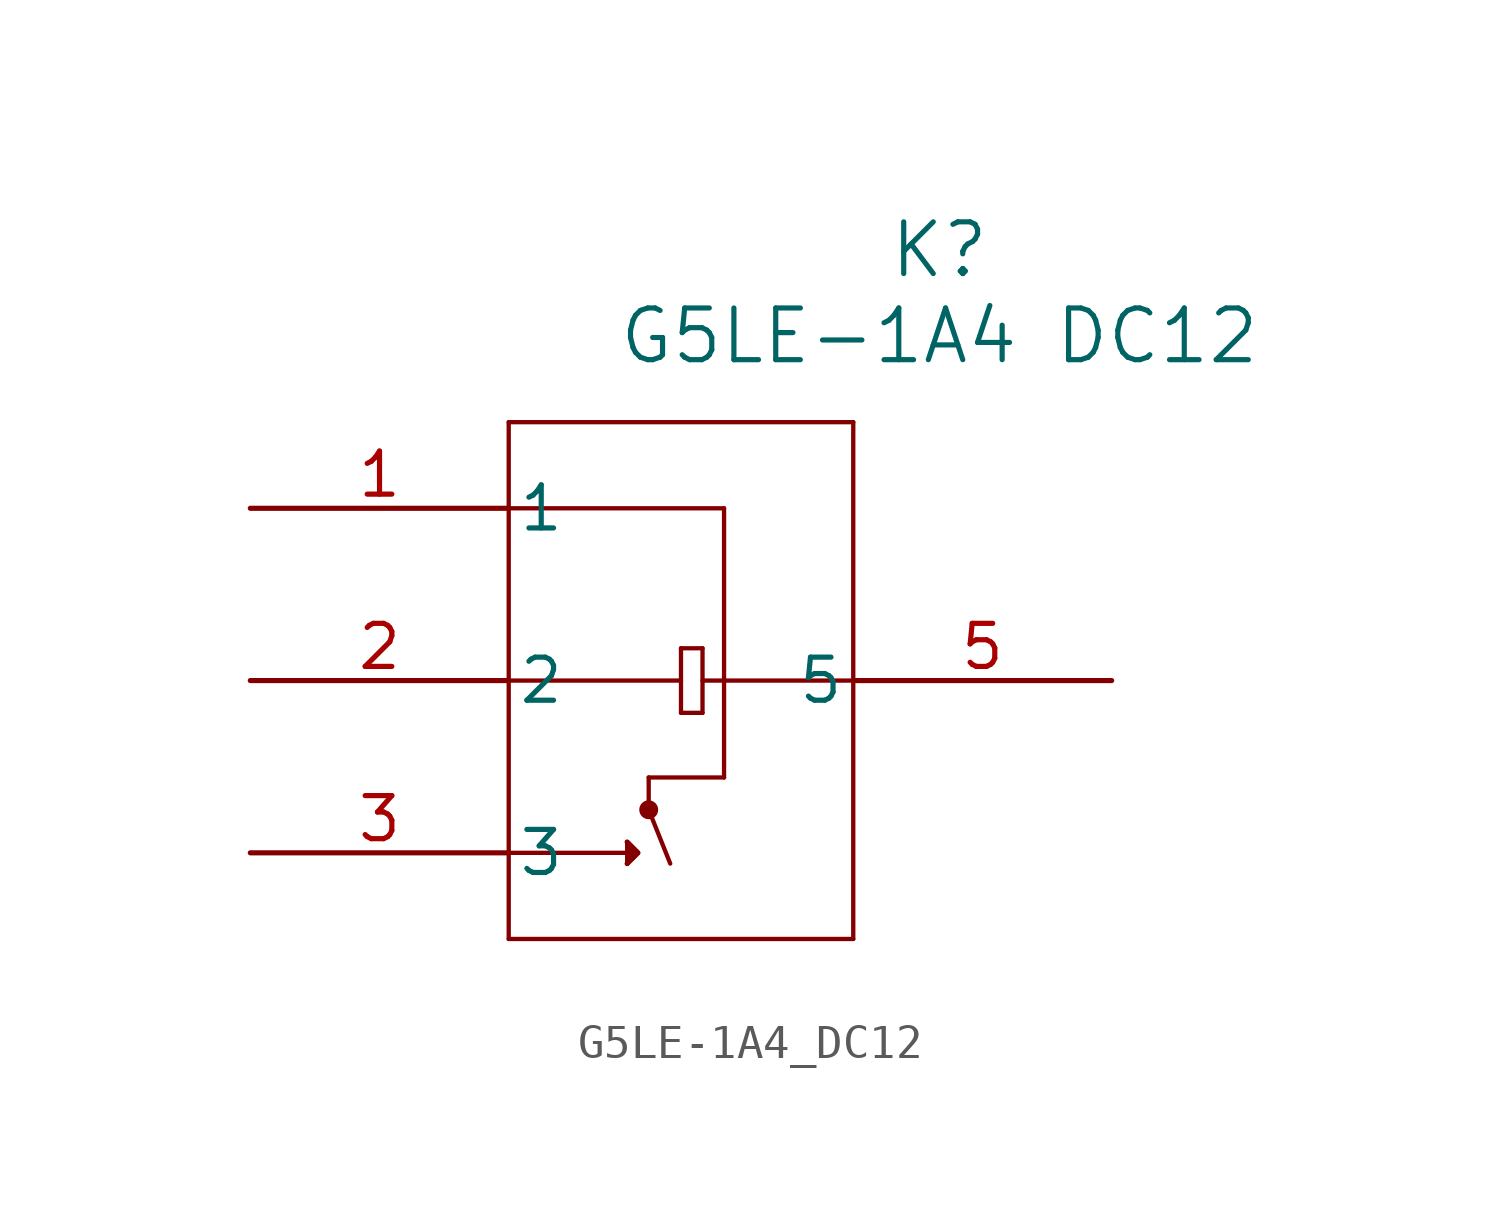
<source format=kicad_sym>
(kicad_symbol_lib
  (version 20211014)
  (generator kicad_symbol_editor)
  (symbol "G5LE-1A4_DC12"
    (pin_names
      (offset 0.254))
    (property "Reference" "K"
      (at 20.32 7.62 0)
      (effects (font (size 1.524 1.524))))
    (property "Value" "G5LE-1A4 DC12"
      (at 20.32 5.08 0)
      (effects (font (size 1.524 1.524))))
    (symbol "G5LE-1A4_DC12_0_1"
      (polyline (pts (xy 12.7 -6.032) (xy 13.335 -6.032)) (stroke (width 0.127) (type default) (color 0 0 0 0)) (fill (type none)))
      (polyline (pts (xy 7.62 2.54) (xy 7.62 -12.7)) (stroke (width 0.127) (type default) (color 0 0 0 0)) (fill (type none)))
      (polyline (pts (xy 7.62 -12.7) (xy 17.78 -12.7)) (stroke (width 0.127) (type default) (color 0 0 0 0)) (fill (type none)))
      (polyline (pts (xy 7.62 0) (xy 13.97 0)) (stroke (width 0.127) (type default) (color 0 0 0 0)) (fill (type none)))
      (polyline (pts (xy 17.78 2.54) (xy 7.62 2.54)) (stroke (width 0.127) (type default) (color 0 0 0 0)) (fill (type none)))
      (polyline (pts (xy 13.97 0) (xy 13.97 -7.938)) (stroke (width 0.127) (type default) (color 0 0 0 0)) (fill (type none)))
      (polyline (pts (xy 11.43 -10.16) (xy 11.113 -9.842)) (stroke (width 0.127) (type default) (color 0 0 0 0)) (fill (type none)))
      (polyline (pts (xy 11.113 -9.842) (xy 11.113 -10.477)) (stroke (width 0.127) (type default) (color 0 0 0 0)) (fill (type none)))
      (polyline (pts (xy 11.113 -10.477) (xy 11.43 -10.16)) (stroke (width 0.127) (type default) (color 0 0 0 0)) (fill (type none)))
      (polyline (pts (xy 7.62 -5.08) (xy 12.7 -5.08)) (stroke (width 0.127) (type default) (color 0 0 0 0)) (fill (type none)))
      (polyline (pts (xy 12.7 -4.128) (xy 12.7 -6.032)) (stroke (width 0.127) (type default) (color 0 0 0 0)) (fill (type none)))
      (polyline (pts (xy 12.7 -4.128) (xy 13.335 -4.128)) (stroke (width 0.127) (type default) (color 0 0 0 0)) (fill (type none)))
      (polyline (pts (xy 13.335 -4.128) (xy 13.335 -6.032)) (stroke (width 0.127) (type default) (color 0 0 0 0)) (fill (type none)))
      (polyline (pts (xy 13.335 -5.08) (xy 17.78 -5.08)) (stroke (width 0.127) (type default) (color 0 0 0 0)) (fill (type none)))
      (polyline (pts (xy 17.78 2.54) (xy 17.78 -12.7)) (stroke (width 0.127) (type default) (color 0 0 0 0)) (fill (type none)))
      (polyline (pts (xy 11.113 -9.842) (xy 11.43 -10.16) (xy 11.113 -10.477)) (stroke (width 0) (type default) (color 0 0 0 0)) (fill (type outline)))
      (polyline (pts (xy 7.62 -10.16) (xy 11.113 -10.16)) (stroke (width 0.127) (type default) (color 0 0 0 0)) (fill (type none)))
      (polyline (pts (xy 12.383 -10.477) (xy 11.748 -8.89)) (stroke (width 0.127) (type default) (color 0 0 0 0)) (fill (type none)))
      (polyline (pts (xy 11.748 -8.89) (xy 11.748 -7.938)) (stroke (width 0.127) (type default) (color 0 0 0 0)) (fill (type none)))
      (polyline (pts (xy 11.748 -7.938) (xy 13.97 -7.938)) (stroke (width 0.127) (type default) (color 0 0 0 0)) (fill (type none)))
      (circle (center 11.748 -8.89) (radius 0.152) (stroke (width 0.254) (type default) (color 0 0 0 0)) (fill (type none)))
      (pin unspecified line (at 0 0 0) (length 7.62) (name "1" (effects (font (size 1.27 1.27)))) (number "1" (effects (font (size 1.27 1.27)))))
      (pin unspecified line (at 0 -5.08 0) (length 7.62) (name "2" (effects (font (size 1.27 1.27)))) (number "2" (effects (font (size 1.27 1.27)))))
      (pin unspecified line (at 0 -10.16 0) (length 7.62) (name "3" (effects (font (size 1.27 1.27)))) (number "3" (effects (font (size 1.27 1.27)))))
      (pin unspecified line (at 25.4 -5.08 180) (length 7.62) (name "5" (effects (font (size 1.27 1.27)))) (number "5" (effects (font (size 1.27 1.27))))))))
</source>
